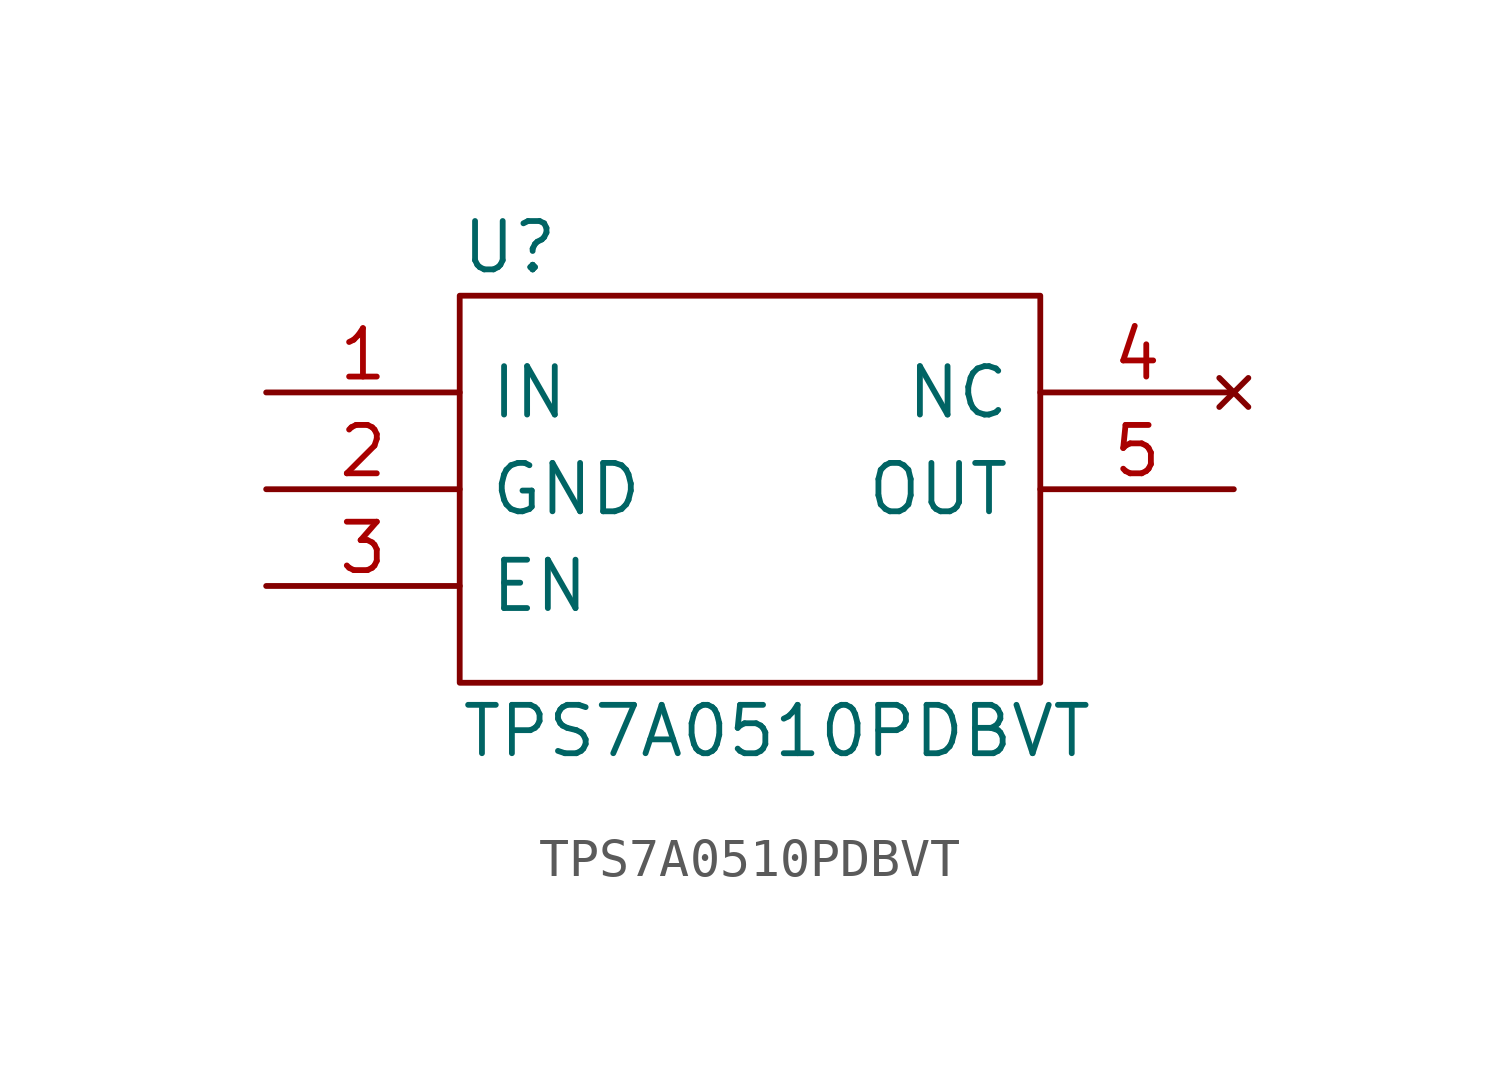
<source format=kicad_sym>
(kicad_symbol_lib
  (version 20211014)
  (generator kicad_symbol_editor)
  (symbol "TPS7A0510PDBVT"
    (pin_names
      (offset 0.762))
    (property "Reference" "U"
      (at 5.08 3.81 0)
      (effects (font (size 1.27 1.27)) (justify left)))
    (property "Value" "TPS7A0510PDBVT"
      (at 5.08 -8.89 0)
      (effects (font (size 1.27 1.27)) (justify left)))
    (symbol "TPS7A0510PDBVT_0_0"
      (pin bidirectional line (at 0 0 0) (length 5.08) (name "IN" (effects (font (size 1.27 1.27)))) (number "1" (effects (font (size 1.27 1.27)))))
      (pin power_in line (at 0 -2.54 0) (length 5.08) (name "GND" (effects (font (size 1.27 1.27)))) (number "2" (effects (font (size 1.27 1.27)))))
      (pin input line (at 0 -5.08 0) (length 5.08) (name "EN" (effects (font (size 1.27 1.27)))) (number "3" (effects (font (size 1.27 1.27)))))
      (pin no_connect line (at 25.4 0 180) (length 5.08) (name "NC" (effects (font (size 1.27 1.27)))) (number "4" (effects (font (size 1.27 1.27)))))
      (pin power_out line (at 25.4 -2.54 180) (length 5.08) (name "OUT" (effects (font (size 1.27 1.27)))) (number "5" (effects (font (size 1.27 1.27))))))
    (symbol "TPS7A0510PDBVT_0_1"
      (polyline (pts (xy 5.08 2.54) (xy 20.32 2.54) (xy 20.32 -7.62) (xy 5.08 -7.62) (xy 5.08 2.54)) (stroke (width 0.152) (type default) (color 0 0 0 0)) (fill (type none))))))
</source>
